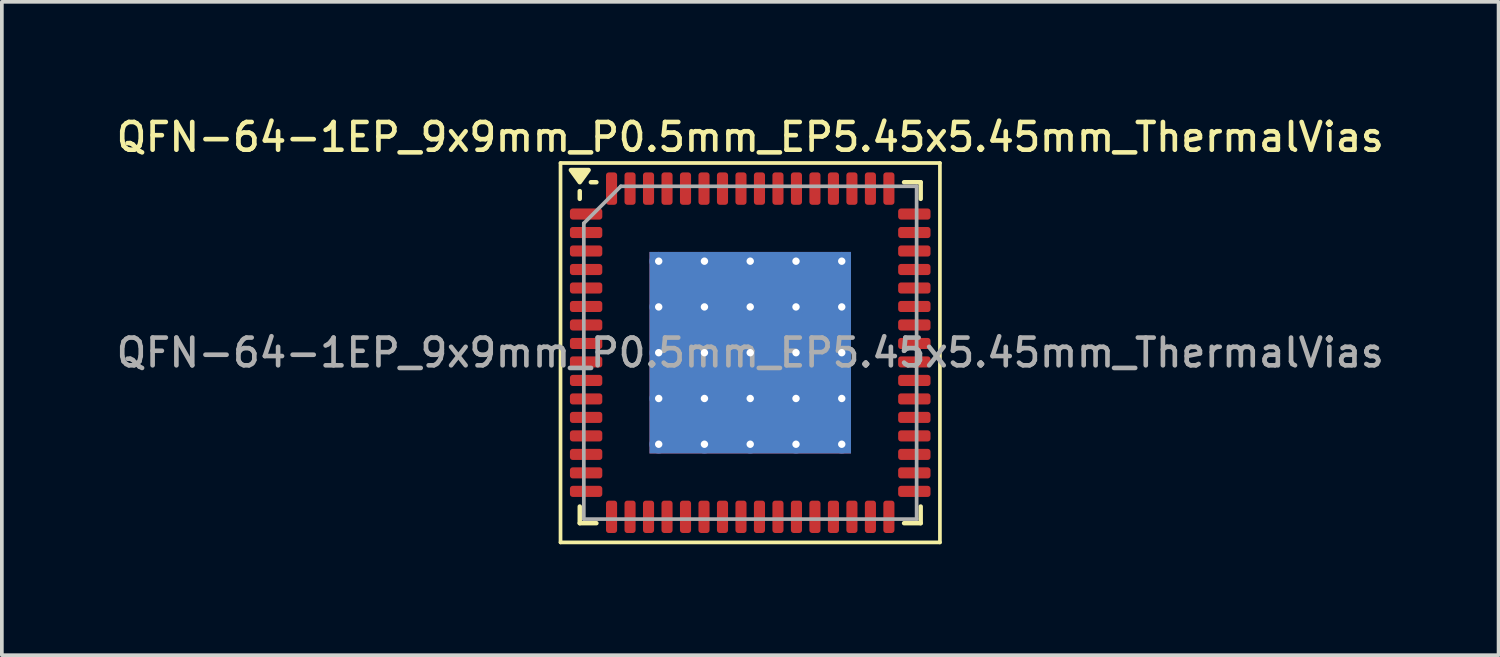
<source format=kicad_pcb>
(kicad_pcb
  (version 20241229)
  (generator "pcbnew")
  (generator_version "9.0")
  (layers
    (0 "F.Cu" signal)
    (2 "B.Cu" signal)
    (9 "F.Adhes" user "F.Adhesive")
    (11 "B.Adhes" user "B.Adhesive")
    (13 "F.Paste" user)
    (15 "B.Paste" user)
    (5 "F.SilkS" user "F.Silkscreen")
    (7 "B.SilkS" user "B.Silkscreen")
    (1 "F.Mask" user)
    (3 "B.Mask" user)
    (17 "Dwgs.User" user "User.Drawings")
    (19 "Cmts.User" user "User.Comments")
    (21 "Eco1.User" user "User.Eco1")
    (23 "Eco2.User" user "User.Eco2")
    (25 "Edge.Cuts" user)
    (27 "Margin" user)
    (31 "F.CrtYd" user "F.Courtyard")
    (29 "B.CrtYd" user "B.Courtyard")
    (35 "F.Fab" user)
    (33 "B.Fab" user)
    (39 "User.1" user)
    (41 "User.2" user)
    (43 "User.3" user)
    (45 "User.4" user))
  (footprint "QFN-64-1EP_9x9mm_P0.5mm_EP5.45x5.45mm_ThermalVias"
    (layer "F.Cu")
    (at 17.238 6.488)
    (property "Reference" "QFN-64-1EP_9x9mm_P0.5mm_EP5.45x5.45mm_ThermalVias" (at 0 -5.83 0) (layer "F.SilkS") (effects (font (size 0.75 0.75) (thickness 0.125))))
    (attr smd)
    (fp_line (start -5.13 -5.13) (end -5.13 5.13) (stroke (width 0.1) (type solid)) (layer "F.SilkS"))
    (fp_line (start -5.13 5.13) (end 5.13 5.13) (stroke (width 0.1) (type solid)) (layer "F.SilkS"))
    (fp_line (start -4.61 -4.16) (end -4.61 -4.37) (stroke (width 0.12) (type solid)) (layer "F.SilkS"))
    (fp_line (start -4.61 4.61) (end -4.61 4.16) (stroke (width 0.12) (type solid)) (layer "F.SilkS"))
    (fp_line (start -4.16 -4.61) (end -4.31 -4.61) (stroke (width 0.12) (type solid)) (layer "F.SilkS"))
    (fp_line (start -4.16 4.61) (end -4.61 4.61) (stroke (width 0.12) (type solid)) (layer "F.SilkS"))
    (fp_line (start 4.16 -4.61) (end 4.61 -4.61) (stroke (width 0.12) (type solid)) (layer "F.SilkS"))
    (fp_line (start 4.16 4.61) (end 4.61 4.61) (stroke (width 0.12) (type solid)) (layer "F.SilkS"))
    (fp_line (start 4.61 -4.61) (end 4.61 -4.16) (stroke (width 0.12) (type solid)) (layer "F.SilkS"))
    (fp_line (start 4.61 4.61) (end 4.61 4.16) (stroke (width 0.12) (type solid)) (layer "F.SilkS"))
    (fp_line (start 5.13 -5.13) (end -5.13 -5.13) (stroke (width 0.1) (type solid)) (layer "F.SilkS"))
    (fp_line (start 5.13 5.13) (end 5.13 -5.13) (stroke (width 0.1) (type solid)) (layer "F.SilkS"))
    (fp_poly (pts (xy -4.61 -4.61) (xy -4.85 -4.94) (xy -4.37 -4.94) (xy -4.61 -4.61)) (stroke (width 0.12) (type solid)) (fill yes) (layer "F.SilkS"))
    (fp_line (start -4.5 -3.5) (end -3.5 -4.5) (stroke (width 0.1) (type solid)) (layer "F.Fab"))
    (fp_line (start -4.5 4.5) (end -4.5 -3.5) (stroke (width 0.1) (type solid)) (layer "F.Fab"))
    (fp_line (start -3.5 -4.5) (end 4.5 -4.5) (stroke (width 0.1) (type solid)) (layer "F.Fab"))
    (fp_line (start 4.5 -4.5) (end 4.5 4.5) (stroke (width 0.1) (type solid)) (layer "F.Fab"))
    (fp_line (start 4.5 4.5) (end -4.5 4.5) (stroke (width 0.1) (type solid)) (layer "F.Fab"))
    (fp_text user "${REFERENCE}" (at 0 0 0) (layer "F.Fab") (effects (font (size 0.75 0.75) (thickness 0.125))))
    (pad "" smd roundrect (at -1.856 -1.856) (size 1.055 1.055) (layers "F.Paste") (roundrect_rratio 0.237))
    (pad "" smd roundrect (at -1.856 -0.619) (size 1.055 1.055) (layers "F.Paste") (roundrect_rratio 0.237))
    (pad "" smd roundrect (at -1.856 0.619) (size 1.055 1.055) (layers "F.Paste") (roundrect_rratio 0.237))
    (pad "" smd roundrect (at -1.856 1.856) (size 1.055 1.055) (layers "F.Paste") (roundrect_rratio 0.237))
    (pad "" smd roundrect (at -0.619 -1.856) (size 1.055 1.055) (layers "F.Paste") (roundrect_rratio 0.237))
    (pad "" smd roundrect (at -0.619 -0.619) (size 1.055 1.055) (layers "F.Paste") (roundrect_rratio 0.237))
    (pad "" smd roundrect (at -0.619 0.619) (size 1.055 1.055) (layers "F.Paste") (roundrect_rratio 0.237))
    (pad "" smd roundrect (at -0.619 1.856) (size 1.055 1.055) (layers "F.Paste") (roundrect_rratio 0.237))
    (pad "" smd roundrect (at 0.619 -1.856) (size 1.055 1.055) (layers "F.Paste") (roundrect_rratio 0.237))
    (pad "" smd roundrect (at 0.619 -0.619) (size 1.055 1.055) (layers "F.Paste") (roundrect_rratio 0.237))
    (pad "" smd roundrect (at 0.619 0.619) (size 1.055 1.055) (layers "F.Paste") (roundrect_rratio 0.237))
    (pad "" smd roundrect (at 0.619 1.856) (size 1.055 1.055) (layers "F.Paste") (roundrect_rratio 0.237))
    (pad "" smd roundrect (at 1.856 -1.856) (size 1.055 1.055) (layers "F.Paste") (roundrect_rratio 0.237))
    (pad "" smd roundrect (at 1.856 -0.619) (size 1.055 1.055) (layers "F.Paste") (roundrect_rratio 0.237))
    (pad "" smd roundrect (at 1.856 0.619) (size 1.055 1.055) (layers "F.Paste") (roundrect_rratio 0.237))
    (pad "" smd roundrect (at 1.856 1.856) (size 1.055 1.055) (layers "F.Paste") (roundrect_rratio 0.237))
    (pad "1" smd roundrect (at -4.438 -3.75) (size 0.875 0.3) (layers "F.Cu" "F.Mask" "F.Paste") (roundrect_rratio 0.25))
    (pad "2" smd roundrect (at -4.438 -3.25) (size 0.875 0.3) (layers "F.Cu" "F.Mask" "F.Paste") (roundrect_rratio 0.25))
    (pad "3" smd roundrect (at -4.438 -2.75) (size 0.875 0.3) (layers "F.Cu" "F.Mask" "F.Paste") (roundrect_rratio 0.25))
    (pad "4" smd roundrect (at -4.438 -2.25) (size 0.875 0.3) (layers "F.Cu" "F.Mask" "F.Paste") (roundrect_rratio 0.25))
    (pad "5" smd roundrect (at -4.438 -1.75) (size 0.875 0.3) (layers "F.Cu" "F.Mask" "F.Paste") (roundrect_rratio 0.25))
    (pad "6" smd roundrect (at -4.438 -1.25) (size 0.875 0.3) (layers "F.Cu" "F.Mask" "F.Paste") (roundrect_rratio 0.25))
    (pad "7" smd roundrect (at -4.438 -0.75) (size 0.875 0.3) (layers "F.Cu" "F.Mask" "F.Paste") (roundrect_rratio 0.25))
    (pad "8" smd roundrect (at -4.438 -0.25) (size 0.875 0.3) (layers "F.Cu" "F.Mask" "F.Paste") (roundrect_rratio 0.25))
    (pad "9" smd roundrect (at -4.438 0.25) (size 0.875 0.3) (layers "F.Cu" "F.Mask" "F.Paste") (roundrect_rratio 0.25))
    (pad "10" smd roundrect (at -4.438 0.75) (size 0.875 0.3) (layers "F.Cu" "F.Mask" "F.Paste") (roundrect_rratio 0.25))
    (pad "11" smd roundrect (at -4.438 1.25) (size 0.875 0.3) (layers "F.Cu" "F.Mask" "F.Paste") (roundrect_rratio 0.25))
    (pad "12" smd roundrect (at -4.438 1.75) (size 0.875 0.3) (layers "F.Cu" "F.Mask" "F.Paste") (roundrect_rratio 0.25))
    (pad "13" smd roundrect (at -4.438 2.25) (size 0.875 0.3) (layers "F.Cu" "F.Mask" "F.Paste") (roundrect_rratio 0.25))
    (pad "14" smd roundrect (at -4.438 2.75) (size 0.875 0.3) (layers "F.Cu" "F.Mask" "F.Paste") (roundrect_rratio 0.25))
    (pad "15" smd roundrect (at -4.438 3.25) (size 0.875 0.3) (layers "F.Cu" "F.Mask" "F.Paste") (roundrect_rratio 0.25))
    (pad "16" smd roundrect (at -4.438 3.75) (size 0.875 0.3) (layers "F.Cu" "F.Mask" "F.Paste") (roundrect_rratio 0.25))
    (pad "17" smd roundrect (at -3.75 4.438) (size 0.3 0.875) (layers "F.Cu" "F.Mask" "F.Paste") (roundrect_rratio 0.25))
    (pad "18" smd roundrect (at -3.25 4.438) (size 0.3 0.875) (layers "F.Cu" "F.Mask" "F.Paste") (roundrect_rratio 0.25))
    (pad "19" smd roundrect (at -2.75 4.438) (size 0.3 0.875) (layers "F.Cu" "F.Mask" "F.Paste") (roundrect_rratio 0.25))
    (pad "20" smd roundrect (at -2.25 4.438) (size 0.3 0.875) (layers "F.Cu" "F.Mask" "F.Paste") (roundrect_rratio 0.25))
    (pad "21" smd roundrect (at -1.75 4.438) (size 0.3 0.875) (layers "F.Cu" "F.Mask" "F.Paste") (roundrect_rratio 0.25))
    (pad "22" smd roundrect (at -1.25 4.438) (size 0.3 0.875) (layers "F.Cu" "F.Mask" "F.Paste") (roundrect_rratio 0.25))
    (pad "23" smd roundrect (at -0.75 4.438) (size 0.3 0.875) (layers "F.Cu" "F.Mask" "F.Paste") (roundrect_rratio 0.25))
    (pad "24" smd roundrect (at -0.25 4.438) (size 0.3 0.875) (layers "F.Cu" "F.Mask" "F.Paste") (roundrect_rratio 0.25))
    (pad "25" smd roundrect (at 0.25 4.438) (size 0.3 0.875) (layers "F.Cu" "F.Mask" "F.Paste") (roundrect_rratio 0.25))
    (pad "26" smd roundrect (at 0.75 4.438) (size 0.3 0.875) (layers "F.Cu" "F.Mask" "F.Paste") (roundrect_rratio 0.25))
    (pad "27" smd roundrect (at 1.25 4.438) (size 0.3 0.875) (layers "F.Cu" "F.Mask" "F.Paste") (roundrect_rratio 0.25))
    (pad "28" smd roundrect (at 1.75 4.438) (size 0.3 0.875) (layers "F.Cu" "F.Mask" "F.Paste") (roundrect_rratio 0.25))
    (pad "29" smd roundrect (at 2.25 4.438) (size 0.3 0.875) (layers "F.Cu" "F.Mask" "F.Paste") (roundrect_rratio 0.25))
    (pad "30" smd roundrect (at 2.75 4.438) (size 0.3 0.875) (layers "F.Cu" "F.Mask" "F.Paste") (roundrect_rratio 0.25))
    (pad "31" smd roundrect (at 3.25 4.438) (size 0.3 0.875) (layers "F.Cu" "F.Mask" "F.Paste") (roundrect_rratio 0.25))
    (pad "32" smd roundrect (at 3.75 4.438) (size 0.3 0.875) (layers "F.Cu" "F.Mask" "F.Paste") (roundrect_rratio 0.25))
    (pad "33" smd roundrect (at 4.438 3.75) (size 0.875 0.3) (layers "F.Cu" "F.Mask" "F.Paste") (roundrect_rratio 0.25))
    (pad "34" smd roundrect (at 4.438 3.25) (size 0.875 0.3) (layers "F.Cu" "F.Mask" "F.Paste") (roundrect_rratio 0.25))
    (pad "35" smd roundrect (at 4.438 2.75) (size 0.875 0.3) (layers "F.Cu" "F.Mask" "F.Paste") (roundrect_rratio 0.25))
    (pad "36" smd roundrect (at 4.438 2.25) (size 0.875 0.3) (layers "F.Cu" "F.Mask" "F.Paste") (roundrect_rratio 0.25))
    (pad "37" smd roundrect (at 4.438 1.75) (size 0.875 0.3) (layers "F.Cu" "F.Mask" "F.Paste") (roundrect_rratio 0.25))
    (pad "38" smd roundrect (at 4.438 1.25) (size 0.875 0.3) (layers "F.Cu" "F.Mask" "F.Paste") (roundrect_rratio 0.25))
    (pad "39" smd roundrect (at 4.438 0.75) (size 0.875 0.3) (layers "F.Cu" "F.Mask" "F.Paste") (roundrect_rratio 0.25))
    (pad "40" smd roundrect (at 4.438 0.25) (size 0.875 0.3) (layers "F.Cu" "F.Mask" "F.Paste") (roundrect_rratio 0.25))
    (pad "41" smd roundrect (at 4.438 -0.25) (size 0.875 0.3) (layers "F.Cu" "F.Mask" "F.Paste") (roundrect_rratio 0.25))
    (pad "42" smd roundrect (at 4.438 -0.75) (size 0.875 0.3) (layers "F.Cu" "F.Mask" "F.Paste") (roundrect_rratio 0.25))
    (pad "43" smd roundrect (at 4.438 -1.25) (size 0.875 0.3) (layers "F.Cu" "F.Mask" "F.Paste") (roundrect_rratio 0.25))
    (pad "44" smd roundrect (at 4.438 -1.75) (size 0.875 0.3) (layers "F.Cu" "F.Mask" "F.Paste") (roundrect_rratio 0.25))
    (pad "45" smd roundrect (at 4.438 -2.25) (size 0.875 0.3) (layers "F.Cu" "F.Mask" "F.Paste") (roundrect_rratio 0.25))
    (pad "46" smd roundrect (at 4.438 -2.75) (size 0.875 0.3) (layers "F.Cu" "F.Mask" "F.Paste") (roundrect_rratio 0.25))
    (pad "47" smd roundrect (at 4.438 -3.25) (size 0.875 0.3) (layers "F.Cu" "F.Mask" "F.Paste") (roundrect_rratio 0.25))
    (pad "48" smd roundrect (at 4.438 -3.75) (size 0.875 0.3) (layers "F.Cu" "F.Mask" "F.Paste") (roundrect_rratio 0.25))
    (pad "49" smd roundrect (at 3.75 -4.438) (size 0.3 0.875) (layers "F.Cu" "F.Mask" "F.Paste") (roundrect_rratio 0.25))
    (pad "50" smd roundrect (at 3.25 -4.438) (size 0.3 0.875) (layers "F.Cu" "F.Mask" "F.Paste") (roundrect_rratio 0.25))
    (pad "51" smd roundrect (at 2.75 -4.438) (size 0.3 0.875) (layers "F.Cu" "F.Mask" "F.Paste") (roundrect_rratio 0.25))
    (pad "52" smd roundrect (at 2.25 -4.438) (size 0.3 0.875) (layers "F.Cu" "F.Mask" "F.Paste") (roundrect_rratio 0.25))
    (pad "53" smd roundrect (at 1.75 -4.438) (size 0.3 0.875) (layers "F.Cu" "F.Mask" "F.Paste") (roundrect_rratio 0.25))
    (pad "54" smd roundrect (at 1.25 -4.438) (size 0.3 0.875) (layers "F.Cu" "F.Mask" "F.Paste") (roundrect_rratio 0.25))
    (pad "55" smd roundrect (at 0.75 -4.438) (size 0.3 0.875) (layers "F.Cu" "F.Mask" "F.Paste") (roundrect_rratio 0.25))
    (pad "56" smd roundrect (at 0.25 -4.438) (size 0.3 0.875) (layers "F.Cu" "F.Mask" "F.Paste") (roundrect_rratio 0.25))
    (pad "57" smd roundrect (at -0.25 -4.438) (size 0.3 0.875) (layers "F.Cu" "F.Mask" "F.Paste") (roundrect_rratio 0.25))
    (pad "58" smd roundrect (at -0.75 -4.438) (size 0.3 0.875) (layers "F.Cu" "F.Mask" "F.Paste") (roundrect_rratio 0.25))
    (pad "59" smd roundrect (at -1.25 -4.438) (size 0.3 0.875) (layers "F.Cu" "F.Mask" "F.Paste") (roundrect_rratio 0.25))
    (pad "60" smd roundrect (at -1.75 -4.438) (size 0.3 0.875) (layers "F.Cu" "F.Mask" "F.Paste") (roundrect_rratio 0.25))
    (pad "61" smd roundrect (at -2.25 -4.438) (size 0.3 0.875) (layers "F.Cu" "F.Mask" "F.Paste") (roundrect_rratio 0.25))
    (pad "62" smd roundrect (at -2.75 -4.438) (size 0.3 0.875) (layers "F.Cu" "F.Mask" "F.Paste") (roundrect_rratio 0.25))
    (pad "63" smd roundrect (at -3.25 -4.438) (size 0.3 0.875) (layers "F.Cu" "F.Mask" "F.Paste") (roundrect_rratio 0.25))
    (pad "64" smd roundrect (at -3.75 -4.438) (size 0.3 0.875) (layers "F.Cu" "F.Mask" "F.Paste") (roundrect_rratio 0.25))
    (pad "65" thru_hole circle (at -2.475 -2.475) (size 0.5 0.5) (drill 0.2) (property pad_prop_heatsink) (layers "*.Cu"))
    (pad "65" thru_hole circle (at -2.475 -1.238) (size 0.5 0.5) (drill 0.2) (property pad_prop_heatsink) (layers "*.Cu"))
    (pad "65" thru_hole circle (at -2.475 0) (size 0.5 0.5) (drill 0.2) (property pad_prop_heatsink) (layers "*.Cu"))
    (pad "65" thru_hole circle (at -2.475 1.238) (size 0.5 0.5) (drill 0.2) (property pad_prop_heatsink) (layers "*.Cu"))
    (pad "65" thru_hole circle (at -2.475 2.475) (size 0.5 0.5) (drill 0.2) (property pad_prop_heatsink) (layers "*.Cu"))
    (pad "65" thru_hole circle (at -1.238 -2.475) (size 0.5 0.5) (drill 0.2) (property pad_prop_heatsink) (layers "*.Cu"))
    (pad "65" thru_hole circle (at -1.238 -1.238) (size 0.5 0.5) (drill 0.2) (property pad_prop_heatsink) (layers "*.Cu"))
    (pad "65" thru_hole circle (at -1.238 0) (size 0.5 0.5) (drill 0.2) (property pad_prop_heatsink) (layers "*.Cu"))
    (pad "65" thru_hole circle (at -1.238 1.238) (size 0.5 0.5) (drill 0.2) (property pad_prop_heatsink) (layers "*.Cu"))
    (pad "65" thru_hole circle (at -1.238 2.475) (size 0.5 0.5) (drill 0.2) (property pad_prop_heatsink) (layers "*.Cu"))
    (pad "65" thru_hole circle (at 0 -2.475) (size 0.5 0.5) (drill 0.2) (property pad_prop_heatsink) (layers "*.Cu"))
    (pad "65" thru_hole circle (at 0 -1.238) (size 0.5 0.5) (drill 0.2) (property pad_prop_heatsink) (layers "*.Cu"))
    (pad "65" thru_hole circle (at 0 0) (size 0.5 0.5) (drill 0.2) (property pad_prop_heatsink) (layers "*.Cu"))
    (pad "65" smd rect (at 0 0) (size 5.45 5.45) (property pad_prop_heatsink) (layers "F.Cu" "F.Mask"))
    (pad "65" smd rect (at 0 0) (size 5.45 5.45) (property pad_prop_heatsink) (layers "B.Cu"))
    (pad "65" thru_hole circle (at 0 1.238) (size 0.5 0.5) (drill 0.2) (property pad_prop_heatsink) (layers "*.Cu"))
    (pad "65" thru_hole circle (at 0 2.475) (size 0.5 0.5) (drill 0.2) (property pad_prop_heatsink) (layers "*.Cu"))
    (pad "65" thru_hole circle (at 1.238 -2.475) (size 0.5 0.5) (drill 0.2) (property pad_prop_heatsink) (layers "*.Cu"))
    (pad "65" thru_hole circle (at 1.238 -1.238) (size 0.5 0.5) (drill 0.2) (property pad_prop_heatsink) (layers "*.Cu"))
    (pad "65" thru_hole circle (at 1.238 0) (size 0.5 0.5) (drill 0.2) (property pad_prop_heatsink) (layers "*.Cu"))
    (pad "65" thru_hole circle (at 1.238 1.238) (size 0.5 0.5) (drill 0.2) (property pad_prop_heatsink) (layers "*.Cu"))
    (pad "65" thru_hole circle (at 1.238 2.475) (size 0.5 0.5) (drill 0.2) (property pad_prop_heatsink) (layers "*.Cu"))
    (pad "65" thru_hole circle (at 2.475 -2.475) (size 0.5 0.5) (drill 0.2) (property pad_prop_heatsink) (layers "*.Cu"))
    (pad "65" thru_hole circle (at 2.475 -1.238) (size 0.5 0.5) (drill 0.2) (property pad_prop_heatsink) (layers "*.Cu"))
    (pad "65" thru_hole circle (at 2.475 0) (size 0.5 0.5) (drill 0.2) (property pad_prop_heatsink) (layers "*.Cu"))
    (pad "65" thru_hole circle (at 2.475 1.238) (size 0.5 0.5) (drill 0.2) (property pad_prop_heatsink) (layers "*.Cu"))
    (pad "65" thru_hole circle (at 2.475 2.475) (size 0.5 0.5) (drill 0.2) (property pad_prop_heatsink) (layers "*.Cu")))
  (gr_rect
    (start -3 -3)
    (end 37.475 14.668)
    (stroke (width 0.1) (type default))
    (fill no)
    (layer "Edge.Cuts")))
</source>
